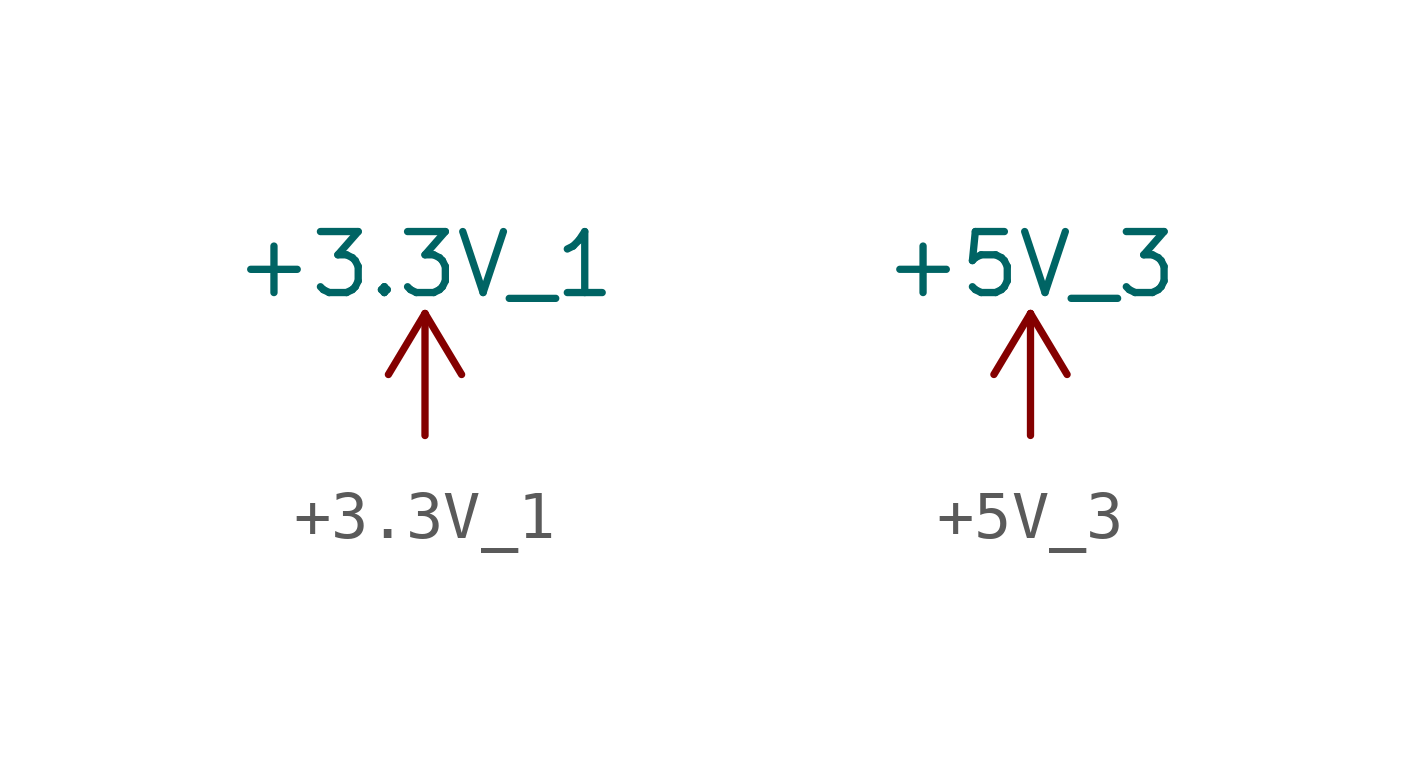
<source format=kicad_sym>
(kicad_symbol_lib
  (version 20220914)
  (generator kicad_symbol_editor)
  (symbol "+3.3V_1"
    (power)
    (pin_names
      (offset 0))
    (property "Reference" "#PWR"
      (at 0 -3.81 0)
      (effects (font (size 1.27 1.27)) hide))
    (property "Value" "+3.3V_1"
      (at 0 3.556 0)
      (effects (font (size 1.27 1.27))))
    (property "Footprint" ""
      (at 0 0 0)
      (effects (font (size 1.27 1.27))))
    (property "Datasheet" ""
      (at 0 0 0)
      (effects (font (size 1.27 1.27))))
    (symbol "+3.3V_1_0_1"
      (polyline (pts (xy -0.762 1.27) (xy 0 2.54)) (stroke (width 0) (type solid)) (fill (type none)))
      (polyline (pts (xy 0 0) (xy 0 2.54)) (stroke (width 0) (type solid)) (fill (type none)))
      (polyline (pts (xy 0 2.54) (xy 0.762 1.27)) (stroke (width 0) (type solid)) (fill (type none))))
    (symbol "+3.3V_1_1_1"
      (pin power_in line (at 0 0 90) (length 0) hide (name "+3.3V_1" (effects (font (size 1.27 1.27)))) (number "1" (effects (font (size 1.27 1.27)))))))
  (symbol "+5V_3"
    (power)
    (pin_names
      (offset 0))
    (property "Reference" "#PWR"
      (at 0 -3.81 0)
      (effects (font (size 1.27 1.27)) hide))
    (property "Value" "+5V_3"
      (at 0 3.556 0)
      (effects (font (size 1.27 1.27))))
    (property "Footprint" ""
      (at 0 0 0)
      (effects (font (size 1.27 1.27))))
    (property "Datasheet" ""
      (at 0 0 0)
      (effects (font (size 1.27 1.27))))
    (symbol "+5V_3_0_1"
      (polyline (pts (xy -0.762 1.27) (xy 0 2.54)) (stroke (width 0) (type solid)) (fill (type none)))
      (polyline (pts (xy 0 0) (xy 0 2.54)) (stroke (width 0) (type solid)) (fill (type none)))
      (polyline (pts (xy 0 2.54) (xy 0.762 1.27)) (stroke (width 0) (type solid)) (fill (type none))))
    (symbol "+5V_3_1_1"
      (pin power_in line (at 0 0 90) (length 0) hide (name "+5V_3" (effects (font (size 1.27 1.27)))) (number "1" (effects (font (size 1.27 1.27))))))))
</source>
